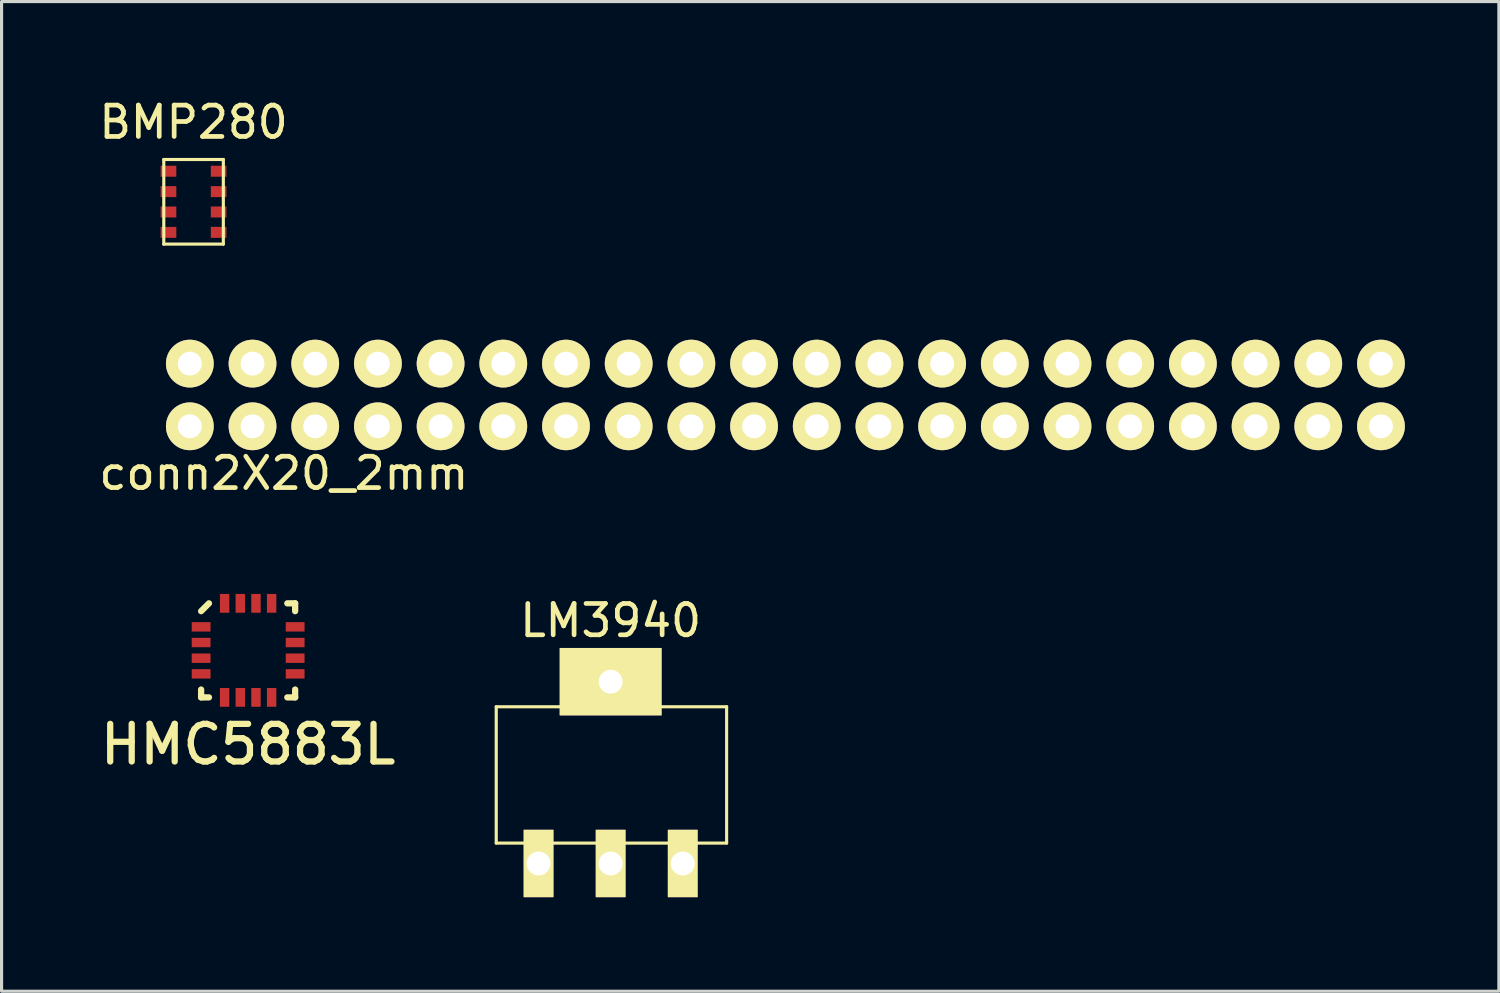
<source format=kicad_pcb>
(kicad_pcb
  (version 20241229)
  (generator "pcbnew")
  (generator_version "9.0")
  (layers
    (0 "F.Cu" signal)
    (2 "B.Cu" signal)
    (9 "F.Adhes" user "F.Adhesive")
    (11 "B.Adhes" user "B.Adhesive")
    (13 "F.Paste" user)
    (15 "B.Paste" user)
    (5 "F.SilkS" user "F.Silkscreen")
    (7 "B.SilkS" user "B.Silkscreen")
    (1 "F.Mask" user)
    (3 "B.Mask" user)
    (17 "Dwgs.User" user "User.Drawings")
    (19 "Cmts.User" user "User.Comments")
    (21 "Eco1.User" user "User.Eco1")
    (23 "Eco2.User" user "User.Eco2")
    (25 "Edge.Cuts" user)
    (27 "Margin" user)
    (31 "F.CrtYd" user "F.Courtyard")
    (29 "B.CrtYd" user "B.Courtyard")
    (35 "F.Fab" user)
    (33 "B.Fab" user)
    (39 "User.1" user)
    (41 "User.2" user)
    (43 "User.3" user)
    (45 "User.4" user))
  (footprint "conn2X20_2mm"
    (layer "F.Cu")
    (at 6.006 11.55)
    (property "Reference" "conn2X20_2mm" (at 0 0.5 0) (layer "F.SilkS") (effects (font (size 1 1) (thickness 0.15))))
    (attr through_hole)
    (pad "1" thru_hole circle (at -3 -3) (size 1.524 1.524) (drill 0.762) (layers "*.Cu" "*.Mask" "F.SilkS"))
    (pad "2" thru_hole circle (at -3 -1) (size 1.524 1.524) (drill 0.762) (layers "*.Cu" "*.Mask" "F.SilkS"))
    (pad "3" thru_hole circle (at -1 -3) (size 1.524 1.524) (drill 0.762) (layers "*.Cu" "*.Mask" "F.SilkS"))
    (pad "4" thru_hole circle (at -1 -1) (size 1.524 1.524) (drill 0.762) (layers "*.Cu" "*.Mask" "F.SilkS"))
    (pad "5" thru_hole circle (at 1 -3) (size 1.524 1.524) (drill 0.762) (layers "*.Cu" "*.Mask" "F.SilkS"))
    (pad "6" thru_hole circle (at 1 -1) (size 1.524 1.524) (drill 0.762) (layers "*.Cu" "*.Mask" "F.SilkS"))
    (pad "7" thru_hole circle (at 3 -3) (size 1.524 1.524) (drill 0.762) (layers "*.Cu" "*.Mask" "F.SilkS"))
    (pad "8" thru_hole circle (at 3 -1) (size 1.524 1.524) (drill 0.762) (layers "*.Cu" "*.Mask" "F.SilkS"))
    (pad "9" thru_hole circle (at 5 -3) (size 1.524 1.524) (drill 0.762) (layers "*.Cu" "*.Mask" "F.SilkS"))
    (pad "10" thru_hole circle (at 5 -1) (size 1.524 1.524) (drill 0.762) (layers "*.Cu" "*.Mask" "F.SilkS"))
    (pad "11" thru_hole circle (at 7 -3) (size 1.524 1.524) (drill 0.762) (layers "*.Cu" "*.Mask" "F.SilkS"))
    (pad "12" thru_hole circle (at 7 -1) (size 1.524 1.524) (drill 0.762) (layers "*.Cu" "*.Mask" "F.SilkS"))
    (pad "13" thru_hole circle (at 9 -3) (size 1.524 1.524) (drill 0.762) (layers "*.Cu" "*.Mask" "F.SilkS"))
    (pad "14" thru_hole circle (at 9 -1) (size 1.524 1.524) (drill 0.762) (layers "*.Cu" "*.Mask" "F.SilkS"))
    (pad "15" thru_hole circle (at 11 -3) (size 1.524 1.524) (drill 0.762) (layers "*.Cu" "*.Mask" "F.SilkS"))
    (pad "16" thru_hole circle (at 11 -1) (size 1.524 1.524) (drill 0.762) (layers "*.Cu" "*.Mask" "F.SilkS"))
    (pad "17" thru_hole circle (at 13 -3) (size 1.524 1.524) (drill 0.762) (layers "*.Cu" "*.Mask" "F.SilkS"))
    (pad "18" thru_hole circle (at 13 -1) (size 1.524 1.524) (drill 0.762) (layers "*.Cu" "*.Mask" "F.SilkS"))
    (pad "19" thru_hole circle (at 15 -3) (size 1.524 1.524) (drill 0.762) (layers "*.Cu" "*.Mask" "F.SilkS"))
    (pad "20" thru_hole circle (at 15 -1) (size 1.524 1.524) (drill 0.762) (layers "*.Cu" "*.Mask" "F.SilkS"))
    (pad "21" thru_hole circle (at 17 -3) (size 1.524 1.524) (drill 0.762) (layers "*.Cu" "*.Mask" "F.SilkS"))
    (pad "22" thru_hole circle (at 17 -1) (size 1.524 1.524) (drill 0.762) (layers "*.Cu" "*.Mask" "F.SilkS"))
    (pad "23" thru_hole circle (at 19 -3) (size 1.524 1.524) (drill 0.762) (layers "*.Cu" "*.Mask" "F.SilkS"))
    (pad "24" thru_hole circle (at 19 -1) (size 1.524 1.524) (drill 0.762) (layers "*.Cu" "*.Mask" "F.SilkS"))
    (pad "25" thru_hole circle (at 21 -3) (size 1.524 1.524) (drill 0.762) (layers "*.Cu" "*.Mask" "F.SilkS"))
    (pad "26" thru_hole circle (at 21 -1) (size 1.524 1.524) (drill 0.762) (layers "*.Cu" "*.Mask" "F.SilkS"))
    (pad "27" thru_hole circle (at 23 -3) (size 1.524 1.524) (drill 0.762) (layers "*.Cu" "*.Mask" "F.SilkS"))
    (pad "28" thru_hole circle (at 23 -1) (size 1.524 1.524) (drill 0.762) (layers "*.Cu" "*.Mask" "F.SilkS"))
    (pad "29" thru_hole circle (at 25 -3) (size 1.524 1.524) (drill 0.762) (layers "*.Cu" "*.Mask" "F.SilkS"))
    (pad "30" thru_hole circle (at 25 -1) (size 1.524 1.524) (drill 0.762) (layers "*.Cu" "*.Mask" "F.SilkS"))
    (pad "31" thru_hole circle (at 27 -3) (size 1.524 1.524) (drill 0.762) (layers "*.Cu" "*.Mask" "F.SilkS"))
    (pad "32" thru_hole circle (at 27 -1) (size 1.524 1.524) (drill 0.762) (layers "*.Cu" "*.Mask" "F.SilkS"))
    (pad "33" thru_hole circle (at 29 -3) (size 1.524 1.524) (drill 0.762) (layers "*.Cu" "*.Mask" "F.SilkS"))
    (pad "34" thru_hole circle (at 29 -1) (size 1.524 1.524) (drill 0.762) (layers "*.Cu" "*.Mask" "F.SilkS"))
    (pad "35" thru_hole circle (at 31 -3) (size 1.524 1.524) (drill 0.762) (layers "*.Cu" "*.Mask" "F.SilkS"))
    (pad "36" thru_hole circle (at 31 -1) (size 1.524 1.524) (drill 0.762) (layers "*.Cu" "*.Mask" "F.SilkS"))
    (pad "37" thru_hole circle (at 33 -3) (size 1.524 1.524) (drill 0.762) (layers "*.Cu" "*.Mask" "F.SilkS"))
    (pad "38" thru_hole circle (at 33 -1) (size 1.524 1.524) (drill 0.762) (layers "*.Cu" "*.Mask" "F.SilkS"))
    (pad "39" thru_hole circle (at 35 -3) (size 1.524 1.524) (drill 0.762) (layers "*.Cu" "*.Mask" "F.SilkS"))
    (pad "40" thru_hole circle (at 35 -1) (size 1.524 1.524) (drill 0.762) (layers "*.Cu" "*.Mask" "F.SilkS")))
  (footprint "BMP280"
    (layer "F.Cu")
    (at 3.125 3.388)
    (property "Reference" "BMP280" (at 0 -2.54 0) (layer "F.SilkS") (effects (font (size 1 1) (thickness 0.15))))
    (attr through_hole)
    (fp_line (start -0.95 -1.35) (end -0.95 1.35) (stroke (width 0.1) (type solid)) (layer "F.SilkS"))
    (fp_line (start -0.95 1.35) (end 0.95 1.35) (stroke (width 0.1) (type solid)) (layer "F.SilkS"))
    (fp_line (start 0.95 -1.35) (end -0.95 -1.35) (stroke (width 0.1) (type solid)) (layer "F.SilkS"))
    (fp_line (start 0.95 1.35) (end 0.95 -1.35) (stroke (width 0.1) (type solid)) (layer "F.SilkS"))
    (pad "1" smd rect (at 0.8 -0.975) (size 0.5 0.35) (layers "F.Cu" "F.Mask" "F.Paste"))
    (pad "2" smd rect (at 0.8 -0.325) (size 0.5 0.35) (layers "F.Cu" "F.Mask" "F.Paste"))
    (pad "3" smd rect (at 0.8 0.325) (size 0.5 0.35) (layers "F.Cu" "F.Mask" "F.Paste"))
    (pad "4" smd rect (at 0.8 0.975) (size 0.5 0.35) (layers "F.Cu" "F.Mask" "F.Paste"))
    (pad "5" smd rect (at -0.8 0.975) (size 0.5 0.35) (layers "F.Cu" "F.Mask" "F.Paste"))
    (pad "6" smd rect (at -0.8 0.325) (size 0.5 0.35) (layers "F.Cu" "F.Mask" "F.Paste"))
    (pad "7" smd rect (at -0.8 -0.325) (size 0.5 0.35) (layers "F.Cu" "F.Mask" "F.Paste"))
    (pad "8" smd rect (at -0.8 -0.975) (size 0.5 0.35) (layers "F.Cu" "F.Mask" "F.Paste")))
  (footprint "HMC5883L"
    (layer "F.Cu")
    (at 4.866 17.698)
    (property "Reference" "HMC5883L" (at 0 3 0) (layer "F.SilkS") (effects (font (size 1.2 1.2) (thickness 0.2))))
    (attr through_hole)
    (fp_line (start -1.5 -1.25) (end -1.25 -1.5) (stroke (width 0.2) (type solid)) (layer "F.SilkS"))
    (fp_line (start -1.5 1.5) (end -1.5 1.25) (stroke (width 0.2) (type solid)) (layer "F.SilkS"))
    (fp_line (start -1.25 1.5) (end -1.5 1.5) (stroke (width 0.2) (type solid)) (layer "F.SilkS"))
    (fp_line (start 1.25 -1.5) (end 1.5 -1.5) (stroke (width 0.2) (type solid)) (layer "F.SilkS"))
    (fp_line (start 1.25 1.5) (end 1.5 1.5) (stroke (width 0.2) (type solid)) (layer "F.SilkS"))
    (fp_line (start 1.5 -1.5) (end 1.5 -1.25) (stroke (width 0.2) (type solid)) (layer "F.SilkS"))
    (fp_line (start 1.5 1.5) (end 1.5 1.25) (stroke (width 0.2) (type solid)) (layer "F.SilkS"))
    (pad "1" smd rect (at -1.5 -0.75) (size 0.6 0.3) (layers "F.Cu" "F.Mask" "F.Paste"))
    (pad "2" smd rect (at -1.5 -0.25) (size 0.6 0.3) (layers "F.Cu" "F.Mask" "F.Paste"))
    (pad "3" smd rect (at -1.5 0.25) (size 0.6 0.3) (layers "F.Cu" "F.Mask" "F.Paste"))
    (pad "4" smd rect (at -1.5 0.75) (size 0.6 0.3) (layers "F.Cu" "F.Mask" "F.Paste"))
    (pad "5" smd rect (at -0.75 1.5) (size 0.3 0.6) (layers "F.Cu" "F.Mask" "F.Paste"))
    (pad "6" smd rect (at -0.25 1.5) (size 0.3 0.6) (layers "F.Cu" "F.Mask" "F.Paste"))
    (pad "7" smd rect (at 0.25 1.5) (size 0.3 0.6) (layers "F.Cu" "F.Mask" "F.Paste"))
    (pad "8" smd rect (at 0.75 1.5) (size 0.3 0.6) (layers "F.Cu" "F.Mask" "F.Paste"))
    (pad "9" smd rect (at 1.5 0.75) (size 0.6 0.3) (layers "F.Cu" "F.Mask" "F.Paste"))
    (pad "10" smd rect (at 1.5 0.25) (size 0.6 0.3) (layers "F.Cu" "F.Mask" "F.Paste"))
    (pad "11" smd rect (at 1.5 -0.25) (size 0.6 0.3) (layers "F.Cu" "F.Mask" "F.Paste"))
    (pad "12" smd rect (at 1.5 -0.75) (size 0.6 0.3) (layers "F.Cu" "F.Mask" "F.Paste"))
    (pad "13" smd rect (at 0.75 -1.5) (size 0.3 0.6) (layers "F.Cu" "F.Mask" "F.Paste"))
    (pad "14" smd rect (at 0.25 -1.5) (size 0.3 0.6) (layers "F.Cu" "F.Mask" "F.Paste"))
    (pad "15" smd rect (at -0.25 -1.5) (size 0.3 0.6) (layers "F.Cu" "F.Mask" "F.Paste"))
    (pad "16" smd rect (at -0.75 -1.5) (size 0.3 0.6) (layers "F.Cu" "F.Mask" "F.Paste")))
  (footprint "LM3940"
    (layer "F.Cu")
    (at 16.431 21.597)
    (property "Reference" "LM3940" (at 0 -4.85 0) (layer "F.SilkS") (effects (font (size 1 1) (thickness 0.15))))
    (attr through_hole)
    (fp_line (start -3.65 -2.1) (end -3.65 2.25) (stroke (width 0.1) (type solid)) (layer "F.SilkS"))
    (fp_line (start -3.65 2.25) (end 3.7 2.25) (stroke (width 0.1) (type solid)) (layer "F.SilkS"))
    (fp_line (start 3.7 -2.1) (end -3.65 -2.1) (stroke (width 0.1) (type solid)) (layer "F.SilkS"))
    (fp_line (start 3.7 2.25) (end 3.7 -2.1) (stroke (width 0.1) (type solid)) (layer "F.SilkS"))
    (pad "1" thru_hole rect (at -2.3 2.9) (size 0.95 2.15) (drill 0.762) (layers "*.Cu" "*.Mask" "F.SilkS"))
    (pad "2" thru_hole rect (at 2.3 2.9) (size 0.95 2.15) (drill 0.762) (layers "*.Cu" "*.Mask" "F.SilkS"))
    (pad "3" thru_hole rect (at 0 2.9) (size 0.95 2.15) (drill 0.762) (layers "*.Cu" "*.Mask" "F.SilkS"))
    (pad "4" thru_hole rect (at 0 -2.9) (size 3.25 2.15) (drill 0.762) (layers "*.Cu" "*.Mask" "F.SilkS")))
  (gr_rect
    (start -3 -3)
    (end 44.768 28.572)
    (stroke (width 0.1) (type default))
    (fill no)
    (layer "Edge.Cuts")))
</source>
